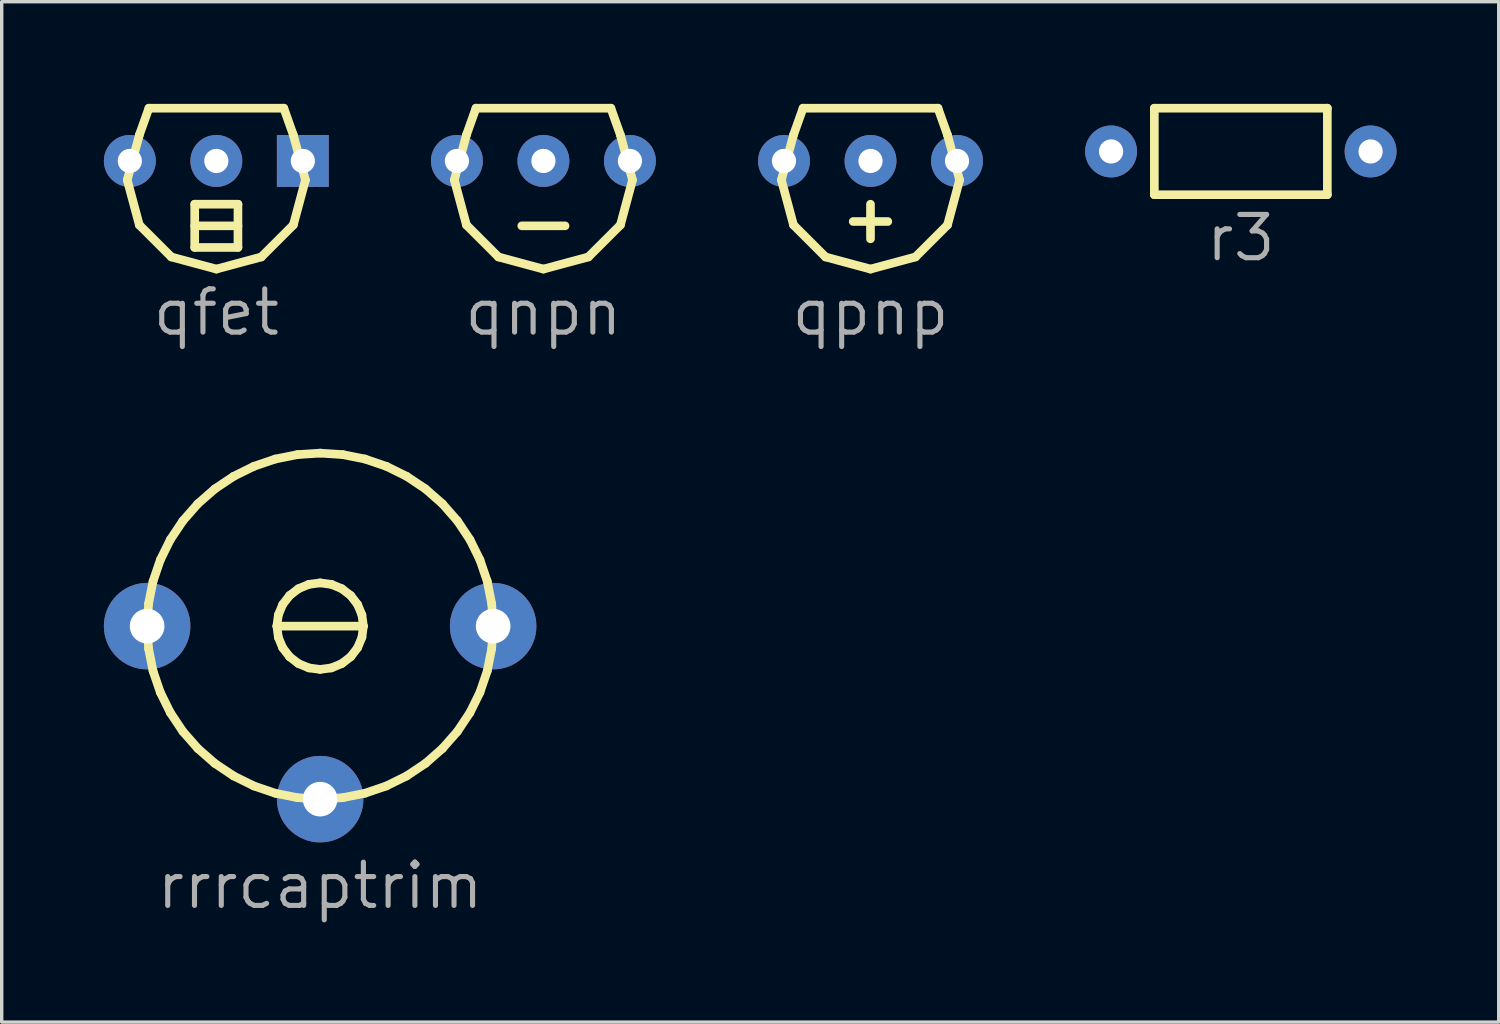
<source format=kicad_pcb>
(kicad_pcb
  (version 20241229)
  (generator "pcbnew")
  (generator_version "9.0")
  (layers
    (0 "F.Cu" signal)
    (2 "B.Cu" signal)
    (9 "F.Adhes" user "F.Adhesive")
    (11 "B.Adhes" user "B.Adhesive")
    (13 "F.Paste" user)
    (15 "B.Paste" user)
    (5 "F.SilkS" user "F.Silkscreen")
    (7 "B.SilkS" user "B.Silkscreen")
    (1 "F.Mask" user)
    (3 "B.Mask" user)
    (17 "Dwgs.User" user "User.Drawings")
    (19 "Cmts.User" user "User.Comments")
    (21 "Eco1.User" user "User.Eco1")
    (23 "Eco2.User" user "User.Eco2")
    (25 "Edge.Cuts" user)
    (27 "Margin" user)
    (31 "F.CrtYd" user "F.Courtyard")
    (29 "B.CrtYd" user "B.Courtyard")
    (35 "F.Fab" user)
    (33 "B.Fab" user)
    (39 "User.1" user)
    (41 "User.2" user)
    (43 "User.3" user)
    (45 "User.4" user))
  (footprint "r3"
    (layer "F.Cu")
    (at 29.574 1.397)
    (property "Reference" "r3" (at 3.81 2.54 0) (layer "F.Fab") (effects (font (size 1.27 1.27) (thickness 0.15))))
    (attr through_hole)
    (fp_line (start 1.27 -1.27) (end 6.35 -1.27) (stroke (width 0.254) (type default)) (layer "F.SilkS"))
    (fp_line (start 1.27 1.27) (end 1.27 -1.27) (stroke (width 0.254) (type default)) (layer "F.SilkS"))
    (fp_line (start 6.35 -1.27) (end 6.35 1.27) (stroke (width 0.254) (type default)) (layer "F.SilkS"))
    (fp_line (start 6.35 1.27) (end 1.27 1.27) (stroke (width 0.254) (type default)) (layer "F.SilkS"))
    (pad "1" thru_hole circle (at 7.62 0) (size 1.524 1.524) (drill 0.711) (layers "*.Cu" "*.Mask"))
    (pad "2" thru_hole circle (at 0 0) (size 1.524 1.524) (drill 0.711) (layers "*.Cu" "*.Mask")))
  (footprint "qnpn"
    (layer "F.Cu")
    (at 12.906 1.676)
    (property "Reference" "qnpn" (at 0 4.445 0) (layer "F.Fab") (effects (font (size 1.27 1.27) (thickness 0.15))))
    (attr through_hole)
    (fp_line (start -2.616 0.559) (end -2.261 -0.762) (stroke (width 0.254) (type default)) (layer "F.SilkS"))
    (fp_line (start -2.261 -0.762) (end -1.981 -1.549) (stroke (width 0.254) (type default)) (layer "F.SilkS"))
    (fp_line (start -2.261 1.88) (end -2.616 0.559) (stroke (width 0.254) (type default)) (layer "F.SilkS"))
    (fp_line (start -1.981 -1.549) (end 1.981 -1.549) (stroke (width 0.254) (type default)) (layer "F.SilkS"))
    (fp_line (start -1.321 2.819) (end -2.261 1.88) (stroke (width 0.254) (type default)) (layer "F.SilkS"))
    (fp_line (start -0.635 1.905) (end 0.635 1.905) (stroke (width 0.254) (type default)) (layer "F.SilkS"))
    (fp_line (start 0 3.175) (end -1.321 2.819) (stroke (width 0.254) (type default)) (layer "F.SilkS"))
    (fp_line (start 1.321 2.819) (end 0 3.175) (stroke (width 0.254) (type default)) (layer "F.SilkS"))
    (fp_line (start 1.981 -1.549) (end 2.261 -0.762) (stroke (width 0.254) (type default)) (layer "F.SilkS"))
    (fp_line (start 2.261 -0.762) (end 2.616 0.559) (stroke (width 0.254) (type default)) (layer "F.SilkS"))
    (fp_line (start 2.261 1.88) (end 1.321 2.819) (stroke (width 0.254) (type default)) (layer "F.SilkS"))
    (fp_line (start 2.616 0.559) (end 2.261 1.88) (stroke (width 0.254) (type default)) (layer "F.SilkS"))
    (pad "1" thru_hole circle (at 2.54 0) (size 1.524 1.524) (drill 0.711) (layers "*.Cu" "*.Mask"))
    (pad "2" thru_hole circle (at 0 0) (size 1.524 1.524) (drill 0.711) (layers "*.Cu" "*.Mask"))
    (pad "3" thru_hole circle (at -2.54 0) (size 1.524 1.524) (drill 0.711) (layers "*.Cu" "*.Mask")))
  (footprint "qfet"
    (layer "F.Cu")
    (at 3.302 1.676)
    (property "Reference" "qfet" (at 0 4.445 0) (layer "F.Fab") (effects (font (size 1.27 1.27) (thickness 0.15))))
    (attr through_hole)
    (fp_line (start -2.616 0.559) (end -2.261 -0.762) (stroke (width 0.254) (type default)) (layer "F.SilkS"))
    (fp_line (start -2.261 -0.762) (end -1.981 -1.549) (stroke (width 0.254) (type default)) (layer "F.SilkS"))
    (fp_line (start -2.261 1.88) (end -2.616 0.559) (stroke (width 0.254) (type default)) (layer "F.SilkS"))
    (fp_line (start -1.981 -1.549) (end 1.981 -1.549) (stroke (width 0.254) (type default)) (layer "F.SilkS"))
    (fp_line (start -1.321 2.819) (end -2.261 1.88) (stroke (width 0.254) (type default)) (layer "F.SilkS"))
    (fp_line (start -0.635 1.27) (end -0.635 2.54) (stroke (width 0.254) (type default)) (layer "F.SilkS"))
    (fp_line (start -0.635 1.905) (end 0.635 1.905) (stroke (width 0.254) (type default)) (layer "F.SilkS"))
    (fp_line (start -0.635 2.54) (end 0.635 2.54) (stroke (width 0.254) (type default)) (layer "F.SilkS"))
    (fp_line (start 0 3.175) (end -1.321 2.819) (stroke (width 0.254) (type default)) (layer "F.SilkS"))
    (fp_line (start 0.635 1.27) (end -0.635 1.27) (stroke (width 0.254) (type default)) (layer "F.SilkS"))
    (fp_line (start 0.635 2.54) (end 0.635 1.27) (stroke (width 0.254) (type default)) (layer "F.SilkS"))
    (fp_line (start 1.321 2.819) (end 0 3.175) (stroke (width 0.254) (type default)) (layer "F.SilkS"))
    (fp_line (start 1.981 -1.549) (end 2.261 -0.762) (stroke (width 0.254) (type default)) (layer "F.SilkS"))
    (fp_line (start 2.261 -0.762) (end 2.616 0.559) (stroke (width 0.254) (type default)) (layer "F.SilkS"))
    (fp_line (start 2.261 1.88) (end 1.321 2.819) (stroke (width 0.254) (type default)) (layer "F.SilkS"))
    (fp_line (start 2.616 0.559) (end 2.261 1.88) (stroke (width 0.254) (type default)) (layer "F.SilkS"))
    (pad "1" thru_hole rect (at 2.54 0) (size 1.524 1.524) (drill 0.711) (layers "*.Cu" "*.Mask"))
    (pad "2" thru_hole circle (at 0 0) (size 1.524 1.524) (drill 0.711) (layers "*.Cu" "*.Mask"))
    (pad "3" thru_hole circle (at -2.54 0) (size 1.524 1.524) (drill 0.711) (layers "*.Cu" "*.Mask")))
  (footprint "rrrcaptrim"
    (layer "F.Cu")
    (at 1.27 15.335)
    (property "Reference" "rrrcaptrim" (at 5.08 7.62 0) (layer "F.Fab") (effects (font (size 1.27 1.27) (thickness 0.15))))
    (attr through_hole)
    (fp_line (start 0 0) (end 0.043 -0.663) (stroke (width 0.254) (type default)) (layer "F.SilkS"))
    (fp_line (start 0.043 -0.663) (end 0.173 -1.315) (stroke (width 0.254) (type default)) (layer "F.SilkS"))
    (fp_line (start 0.043 0.663) (end 0 0) (stroke (width 0.254) (type default)) (layer "F.SilkS"))
    (fp_line (start 0.173 -1.315) (end 0.387 -1.944) (stroke (width 0.254) (type default)) (layer "F.SilkS"))
    (fp_line (start 0.173 1.315) (end 0.043 0.663) (stroke (width 0.254) (type default)) (layer "F.SilkS"))
    (fp_line (start 0.387 -1.944) (end 0.681 -2.54) (stroke (width 0.254) (type default)) (layer "F.SilkS"))
    (fp_line (start 0.387 1.944) (end 0.173 1.315) (stroke (width 0.254) (type default)) (layer "F.SilkS"))
    (fp_line (start 0.681 -2.54) (end 1.05 -3.092) (stroke (width 0.254) (type default)) (layer "F.SilkS"))
    (fp_line (start 0.681 2.54) (end 0.387 1.944) (stroke (width 0.254) (type default)) (layer "F.SilkS"))
    (fp_line (start 1.05 -3.092) (end 1.488 -3.592) (stroke (width 0.254) (type default)) (layer "F.SilkS"))
    (fp_line (start 1.05 3.093) (end 0.681 2.54) (stroke (width 0.254) (type default)) (layer "F.SilkS"))
    (fp_line (start 1.488 -3.592) (end 1.988 -4.03) (stroke (width 0.254) (type default)) (layer "F.SilkS"))
    (fp_line (start 1.488 3.592) (end 1.05 3.093) (stroke (width 0.254) (type default)) (layer "F.SilkS"))
    (fp_line (start 1.988 -4.03) (end 2.54 -4.399) (stroke (width 0.254) (type default)) (layer "F.SilkS"))
    (fp_line (start 1.988 4.03) (end 1.488 3.592) (stroke (width 0.254) (type default)) (layer "F.SilkS"))
    (fp_line (start 2.54 -4.399) (end 3.136 -4.693) (stroke (width 0.254) (type default)) (layer "F.SilkS"))
    (fp_line (start 2.54 4.399) (end 1.988 4.03) (stroke (width 0.254) (type default)) (layer "F.SilkS"))
    (fp_line (start 3.136 -4.693) (end 3.765 -4.907) (stroke (width 0.254) (type default)) (layer "F.SilkS"))
    (fp_line (start 3.136 4.693) (end 2.54 4.399) (stroke (width 0.254) (type default)) (layer "F.SilkS"))
    (fp_line (start 3.765 -4.907) (end 4.417 -5.037) (stroke (width 0.254) (type default)) (layer "F.SilkS"))
    (fp_line (start 3.765 4.907) (end 3.136 4.693) (stroke (width 0.254) (type default)) (layer "F.SilkS"))
    (fp_line (start 3.81 0) (end 3.853 -0.329) (stroke (width 0.254) (type default)) (layer "F.SilkS"))
    (fp_line (start 3.81 0) (end 6.35 0) (stroke (width 0.254) (type default)) (layer "F.SilkS"))
    (fp_line (start 3.853 -0.329) (end 3.98 -0.635) (stroke (width 0.254) (type default)) (layer "F.SilkS"))
    (fp_line (start 3.853 0.329) (end 3.81 0) (stroke (width 0.254) (type default)) (layer "F.SilkS"))
    (fp_line (start 3.98 -0.635) (end 4.182 -0.898) (stroke (width 0.254) (type default)) (layer "F.SilkS"))
    (fp_line (start 3.98 0.635) (end 3.853 0.329) (stroke (width 0.254) (type default)) (layer "F.SilkS"))
    (fp_line (start 4.182 -0.898) (end 4.445 -1.1) (stroke (width 0.254) (type default)) (layer "F.SilkS"))
    (fp_line (start 4.182 0.898) (end 3.98 0.635) (stroke (width 0.254) (type default)) (layer "F.SilkS"))
    (fp_line (start 4.417 -5.037) (end 5.08 -5.08) (stroke (width 0.254) (type default)) (layer "F.SilkS"))
    (fp_line (start 4.417 5.037) (end 3.765 4.907) (stroke (width 0.254) (type default)) (layer "F.SilkS"))
    (fp_line (start 4.445 -1.1) (end 4.751 -1.227) (stroke (width 0.254) (type default)) (layer "F.SilkS"))
    (fp_line (start 4.445 1.1) (end 4.182 0.898) (stroke (width 0.254) (type default)) (layer "F.SilkS"))
    (fp_line (start 4.751 -1.227) (end 5.08 -1.27) (stroke (width 0.254) (type default)) (layer "F.SilkS"))
    (fp_line (start 4.751 1.227) (end 4.445 1.1) (stroke (width 0.254) (type default)) (layer "F.SilkS"))
    (fp_line (start 5.08 -5.08) (end 5.743 -5.037) (stroke (width 0.254) (type default)) (layer "F.SilkS"))
    (fp_line (start 5.08 -1.27) (end 5.409 -1.227) (stroke (width 0.254) (type default)) (layer "F.SilkS"))
    (fp_line (start 5.08 1.27) (end 4.751 1.227) (stroke (width 0.254) (type default)) (layer "F.SilkS"))
    (fp_line (start 5.08 5.08) (end 4.417 5.037) (stroke (width 0.254) (type default)) (layer "F.SilkS"))
    (fp_line (start 5.409 -1.227) (end 5.715 -1.1) (stroke (width 0.254) (type default)) (layer "F.SilkS"))
    (fp_line (start 5.409 1.227) (end 5.08 1.27) (stroke (width 0.254) (type default)) (layer "F.SilkS"))
    (fp_line (start 5.715 -1.1) (end 5.978 -0.898) (stroke (width 0.254) (type default)) (layer "F.SilkS"))
    (fp_line (start 5.715 1.1) (end 5.409 1.227) (stroke (width 0.254) (type default)) (layer "F.SilkS"))
    (fp_line (start 5.743 -5.037) (end 6.395 -4.907) (stroke (width 0.254) (type default)) (layer "F.SilkS"))
    (fp_line (start 5.743 5.037) (end 5.08 5.08) (stroke (width 0.254) (type default)) (layer "F.SilkS"))
    (fp_line (start 5.978 -0.898) (end 6.18 -0.635) (stroke (width 0.254) (type default)) (layer "F.SilkS"))
    (fp_line (start 5.978 0.898) (end 5.715 1.1) (stroke (width 0.254) (type default)) (layer "F.SilkS"))
    (fp_line (start 6.18 -0.635) (end 6.307 -0.329) (stroke (width 0.254) (type default)) (layer "F.SilkS"))
    (fp_line (start 6.18 0.635) (end 5.978 0.898) (stroke (width 0.254) (type default)) (layer "F.SilkS"))
    (fp_line (start 6.307 -0.329) (end 6.35 0) (stroke (width 0.254) (type default)) (layer "F.SilkS"))
    (fp_line (start 6.307 0.329) (end 6.18 0.635) (stroke (width 0.254) (type default)) (layer "F.SilkS"))
    (fp_line (start 6.35 0) (end 6.307 0.329) (stroke (width 0.254) (type default)) (layer "F.SilkS"))
    (fp_line (start 6.395 -4.907) (end 7.024 -4.693) (stroke (width 0.254) (type default)) (layer "F.SilkS"))
    (fp_line (start 6.395 4.907) (end 5.743 5.037) (stroke (width 0.254) (type default)) (layer "F.SilkS"))
    (fp_line (start 7.024 -4.693) (end 7.62 -4.399) (stroke (width 0.254) (type default)) (layer "F.SilkS"))
    (fp_line (start 7.024 4.693) (end 6.395 4.907) (stroke (width 0.254) (type default)) (layer "F.SilkS"))
    (fp_line (start 7.62 -4.399) (end 8.173 -4.03) (stroke (width 0.254) (type default)) (layer "F.SilkS"))
    (fp_line (start 7.62 4.399) (end 7.024 4.693) (stroke (width 0.254) (type default)) (layer "F.SilkS"))
    (fp_line (start 8.173 -4.03) (end 8.672 -3.592) (stroke (width 0.254) (type default)) (layer "F.SilkS"))
    (fp_line (start 8.173 4.03) (end 7.62 4.399) (stroke (width 0.254) (type default)) (layer "F.SilkS"))
    (fp_line (start 8.672 -3.592) (end 9.11 -3.092) (stroke (width 0.254) (type default)) (layer "F.SilkS"))
    (fp_line (start 8.672 3.592) (end 8.173 4.03) (stroke (width 0.254) (type default)) (layer "F.SilkS"))
    (fp_line (start 9.11 -3.092) (end 9.479 -2.54) (stroke (width 0.254) (type default)) (layer "F.SilkS"))
    (fp_line (start 9.11 3.093) (end 8.672 3.592) (stroke (width 0.254) (type default)) (layer "F.SilkS"))
    (fp_line (start 9.479 -2.54) (end 9.773 -1.944) (stroke (width 0.254) (type default)) (layer "F.SilkS"))
    (fp_line (start 9.479 2.54) (end 9.11 3.093) (stroke (width 0.254) (type default)) (layer "F.SilkS"))
    (fp_line (start 9.773 -1.944) (end 9.987 -1.315) (stroke (width 0.254) (type default)) (layer "F.SilkS"))
    (fp_line (start 9.773 1.944) (end 9.479 2.54) (stroke (width 0.254) (type default)) (layer "F.SilkS"))
    (fp_line (start 9.987 -1.315) (end 10.117 -0.663) (stroke (width 0.254) (type default)) (layer "F.SilkS"))
    (fp_line (start 9.987 1.315) (end 9.773 1.944) (stroke (width 0.254) (type default)) (layer "F.SilkS"))
    (fp_line (start 10.117 -0.663) (end 10.16 0) (stroke (width 0.254) (type default)) (layer "F.SilkS"))
    (fp_line (start 10.117 0.663) (end 9.987 1.315) (stroke (width 0.254) (type default)) (layer "F.SilkS"))
    (fp_line (start 10.16 0) (end 10.117 0.663) (stroke (width 0.254) (type default)) (layer "F.SilkS"))
    (pad "1" thru_hole circle (at 0 0) (size 2.54 2.54) (drill 1.016) (layers "*.Cu" "*.Mask"))
    (pad "2" thru_hole circle (at 5.08 5.08) (size 2.54 2.54) (drill 1.016) (layers "*.Cu" "*.Mask"))
    (pad "3" thru_hole circle (at 10.16 0) (size 2.54 2.54) (drill 1.016) (layers "*.Cu" "*.Mask")))
  (footprint "qpnp"
    (layer "F.Cu")
    (at 22.51 1.676)
    (property "Reference" "qpnp" (at 0 4.445 0) (layer "F.Fab") (effects (font (size 1.27 1.27) (thickness 0.15))))
    (attr through_hole)
    (fp_line (start -2.616 0.559) (end -2.261 -0.762) (stroke (width 0.254) (type default)) (layer "F.SilkS"))
    (fp_line (start -2.261 -0.762) (end -1.981 -1.549) (stroke (width 0.254) (type default)) (layer "F.SilkS"))
    (fp_line (start -2.261 1.88) (end -2.616 0.559) (stroke (width 0.254) (type default)) (layer "F.SilkS"))
    (fp_line (start -1.981 -1.549) (end 1.981 -1.549) (stroke (width 0.254) (type default)) (layer "F.SilkS"))
    (fp_line (start -1.321 2.819) (end -2.261 1.88) (stroke (width 0.254) (type default)) (layer "F.SilkS"))
    (fp_line (start -0.508 1.778) (end 0.508 1.778) (stroke (width 0.254) (type default)) (layer "F.SilkS"))
    (fp_line (start 0 1.27) (end 0 2.286) (stroke (width 0.254) (type default)) (layer "F.SilkS"))
    (fp_line (start 0 3.175) (end -1.321 2.819) (stroke (width 0.254) (type default)) (layer "F.SilkS"))
    (fp_line (start 1.321 2.819) (end 0 3.175) (stroke (width 0.254) (type default)) (layer "F.SilkS"))
    (fp_line (start 1.981 -1.549) (end 2.261 -0.762) (stroke (width 0.254) (type default)) (layer "F.SilkS"))
    (fp_line (start 2.261 -0.762) (end 2.616 0.559) (stroke (width 0.254) (type default)) (layer "F.SilkS"))
    (fp_line (start 2.261 1.88) (end 1.321 2.819) (stroke (width 0.254) (type default)) (layer "F.SilkS"))
    (fp_line (start 2.616 0.559) (end 2.261 1.88) (stroke (width 0.254) (type default)) (layer "F.SilkS"))
    (pad "1" thru_hole circle (at 2.54 0) (size 1.524 1.524) (drill 0.711) (layers "*.Cu" "*.Mask"))
    (pad "2" thru_hole circle (at 0 0) (size 1.524 1.524) (drill 0.711) (layers "*.Cu" "*.Mask"))
    (pad "3" thru_hole circle (at -2.54 0) (size 1.524 1.524) (drill 0.711) (layers "*.Cu" "*.Mask")))
  (gr_rect
    (start -3 -3)
    (end 40.956 26.961)
    (stroke (width 0.1) (type default))
    (fill no)
    (layer "Edge.Cuts")))
</source>
